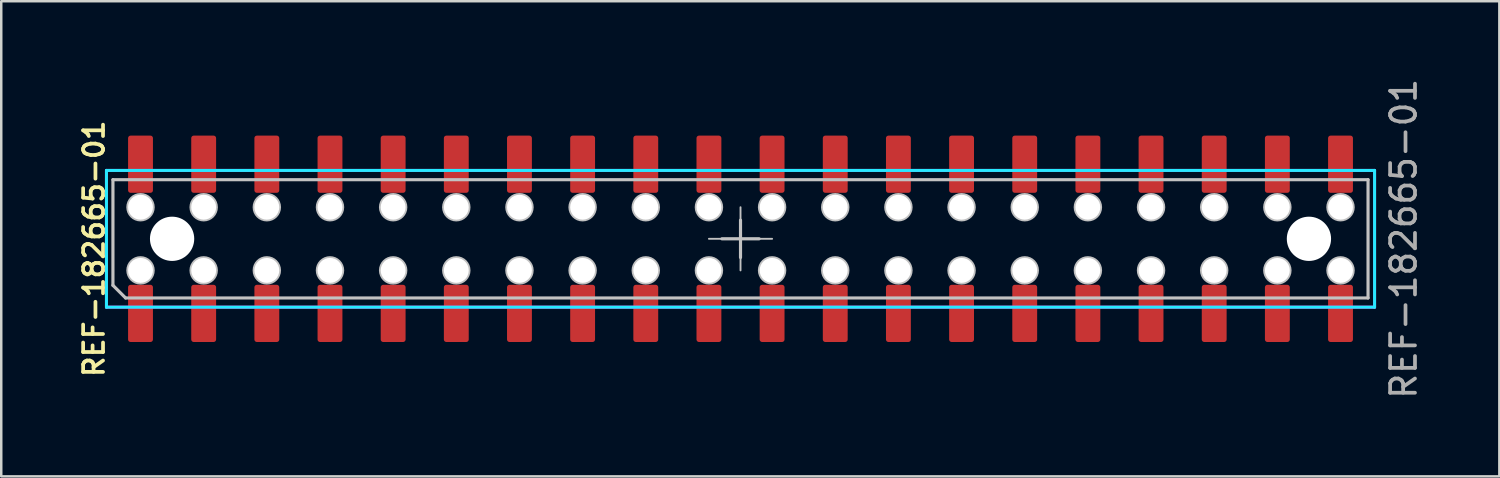
<source format=kicad_pcb>
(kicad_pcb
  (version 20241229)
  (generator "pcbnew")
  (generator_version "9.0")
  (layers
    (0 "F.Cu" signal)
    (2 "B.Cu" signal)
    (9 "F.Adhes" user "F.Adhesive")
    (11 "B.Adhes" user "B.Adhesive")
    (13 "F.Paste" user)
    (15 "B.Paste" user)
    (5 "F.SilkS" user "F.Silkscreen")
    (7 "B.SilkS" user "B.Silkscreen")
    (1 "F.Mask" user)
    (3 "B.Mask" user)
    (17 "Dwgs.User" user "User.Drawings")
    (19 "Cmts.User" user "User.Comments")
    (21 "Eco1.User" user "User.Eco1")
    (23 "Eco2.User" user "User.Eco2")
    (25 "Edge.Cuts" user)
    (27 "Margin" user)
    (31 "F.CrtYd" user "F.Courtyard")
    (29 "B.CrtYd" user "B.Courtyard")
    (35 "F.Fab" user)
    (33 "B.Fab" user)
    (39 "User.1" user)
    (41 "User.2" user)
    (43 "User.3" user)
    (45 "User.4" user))
  (footprint "REF-182665-01"
    (layer "F.Cu")
    (at 26.731 6.554)
    (property "Reference" "REF-182665-01" (at -26 0.4 270) (layer "F.SilkS") (effects (font (size 0.8 0.8) (thickness 0.15))))
    (fp_line (start -25.239 -2.377) (end 25.237 -2.377) (stroke (width 0.127) (type solid)) (layer "Dwgs.User"))
    (fp_line (start -25.239 1.871) (end -25.239 -2.377) (stroke (width 0.127) (type solid)) (layer "Dwgs.User"))
    (fp_line (start -24.731 2.379) (end -25.239 1.871) (stroke (width 0.127) (type solid)) (layer "Dwgs.User"))
    (fp_line (start -1.27 0) (end 1.27 0) (stroke (width 0.076) (type solid)) (layer "Dwgs.User"))
    (fp_line (start -0.75 0) (end 0.75 0) (stroke (width 0.127) (type solid)) (layer "Dwgs.User"))
    (fp_line (start 0 -1.27) (end 0 1.27) (stroke (width 0.076) (type solid)) (layer "Dwgs.User"))
    (fp_line (start 0 -0.75) (end 0 0.75) (stroke (width 0.127) (type solid)) (layer "Dwgs.User"))
    (fp_line (start 25.237 -2.377) (end 25.237 2.379) (stroke (width 0.127) (type solid)) (layer "Dwgs.User"))
    (fp_line (start 25.237 2.379) (end -24.731 2.379) (stroke (width 0.127) (type solid)) (layer "Dwgs.User"))
    (fp_circle (center -24.13 -1.27) (end -23.622 -1.27) (stroke (width 0.127) (type solid)) (fill no) (layer "Dwgs.User"))
    (fp_circle (center -24.13 1.27) (end -23.622 1.27) (stroke (width 0.127) (type solid)) (fill no) (layer "Dwgs.User"))
    (fp_circle (center -21.59 -1.27) (end -21.082 -1.27) (stroke (width 0.127) (type solid)) (fill no) (layer "Dwgs.User"))
    (fp_circle (center -21.59 1.27) (end -21.082 1.27) (stroke (width 0.127) (type solid)) (fill no) (layer "Dwgs.User"))
    (fp_circle (center -19.05 -1.27) (end -18.542 -1.27) (stroke (width 0.127) (type solid)) (fill no) (layer "Dwgs.User"))
    (fp_circle (center -19.05 1.27) (end -18.542 1.27) (stroke (width 0.127) (type solid)) (fill no) (layer "Dwgs.User"))
    (fp_circle (center -16.51 -1.27) (end -16.002 -1.27) (stroke (width 0.127) (type solid)) (fill no) (layer "Dwgs.User"))
    (fp_circle (center -16.51 1.27) (end -16.002 1.27) (stroke (width 0.127) (type solid)) (fill no) (layer "Dwgs.User"))
    (fp_circle (center -13.97 -1.27) (end -13.462 -1.27) (stroke (width 0.127) (type solid)) (fill no) (layer "Dwgs.User"))
    (fp_circle (center -13.97 1.27) (end -13.462 1.27) (stroke (width 0.127) (type solid)) (fill no) (layer "Dwgs.User"))
    (fp_circle (center -11.43 -1.27) (end -10.922 -1.27) (stroke (width 0.127) (type solid)) (fill no) (layer "Dwgs.User"))
    (fp_circle (center -11.43 1.27) (end -10.922 1.27) (stroke (width 0.127) (type solid)) (fill no) (layer "Dwgs.User"))
    (fp_circle (center -8.89 -1.27) (end -8.382 -1.27) (stroke (width 0.127) (type solid)) (fill no) (layer "Dwgs.User"))
    (fp_circle (center -8.89 1.27) (end -8.382 1.27) (stroke (width 0.127) (type solid)) (fill no) (layer "Dwgs.User"))
    (fp_circle (center -6.35 -1.27) (end -5.842 -1.27) (stroke (width 0.127) (type solid)) (fill no) (layer "Dwgs.User"))
    (fp_circle (center -6.35 1.27) (end -5.842 1.27) (stroke (width 0.127) (type solid)) (fill no) (layer "Dwgs.User"))
    (fp_circle (center -3.81 -1.27) (end -3.302 -1.27) (stroke (width 0.127) (type solid)) (fill no) (layer "Dwgs.User"))
    (fp_circle (center -3.81 1.27) (end -3.302 1.27) (stroke (width 0.127) (type solid)) (fill no) (layer "Dwgs.User"))
    (fp_circle (center -1.27 -1.27) (end -0.762 -1.27) (stroke (width 0.127) (type solid)) (fill no) (layer "Dwgs.User"))
    (fp_circle (center -1.27 1.27) (end -0.762 1.27) (stroke (width 0.127) (type solid)) (fill no) (layer "Dwgs.User"))
    (fp_circle (center 1.27 -1.27) (end 1.778 -1.27) (stroke (width 0.127) (type solid)) (fill no) (layer "Dwgs.User"))
    (fp_circle (center 1.27 1.27) (end 1.778 1.27) (stroke (width 0.127) (type solid)) (fill no) (layer "Dwgs.User"))
    (fp_circle (center 3.81 -1.27) (end 4.318 -1.27) (stroke (width 0.127) (type solid)) (fill no) (layer "Dwgs.User"))
    (fp_circle (center 3.81 1.27) (end 4.318 1.27) (stroke (width 0.127) (type solid)) (fill no) (layer "Dwgs.User"))
    (fp_circle (center 6.35 -1.27) (end 6.858 -1.27) (stroke (width 0.127) (type solid)) (fill no) (layer "Dwgs.User"))
    (fp_circle (center 6.35 1.27) (end 6.858 1.27) (stroke (width 0.127) (type solid)) (fill no) (layer "Dwgs.User"))
    (fp_circle (center 8.89 -1.27) (end 9.398 -1.27) (stroke (width 0.127) (type solid)) (fill no) (layer "Dwgs.User"))
    (fp_circle (center 8.89 1.27) (end 9.398 1.27) (stroke (width 0.127) (type solid)) (fill no) (layer "Dwgs.User"))
    (fp_circle (center 11.43 -1.27) (end 11.938 -1.27) (stroke (width 0.127) (type solid)) (fill no) (layer "Dwgs.User"))
    (fp_circle (center 11.43 1.27) (end 11.938 1.27) (stroke (width 0.127) (type solid)) (fill no) (layer "Dwgs.User"))
    (fp_circle (center 13.97 -1.27) (end 14.478 -1.27) (stroke (width 0.127) (type solid)) (fill no) (layer "Dwgs.User"))
    (fp_circle (center 13.97 1.27) (end 14.478 1.27) (stroke (width 0.127) (type solid)) (fill no) (layer "Dwgs.User"))
    (fp_circle (center 16.51 -1.27) (end 17.018 -1.27) (stroke (width 0.127) (type solid)) (fill no) (layer "Dwgs.User"))
    (fp_circle (center 16.51 1.27) (end 17.018 1.27) (stroke (width 0.127) (type solid)) (fill no) (layer "Dwgs.User"))
    (fp_circle (center 19.05 -1.27) (end 19.558 -1.27) (stroke (width 0.127) (type solid)) (fill no) (layer "Dwgs.User"))
    (fp_circle (center 19.05 1.27) (end 19.558 1.27) (stroke (width 0.127) (type solid)) (fill no) (layer "Dwgs.User"))
    (fp_circle (center 21.59 -1.27) (end 22.098 -1.27) (stroke (width 0.127) (type solid)) (fill no) (layer "Dwgs.User"))
    (fp_circle (center 21.59 1.27) (end 22.098 1.27) (stroke (width 0.127) (type solid)) (fill no) (layer "Dwgs.User"))
    (fp_circle (center 24.13 -1.27) (end 24.638 -1.27) (stroke (width 0.127) (type solid)) (fill no) (layer "Dwgs.User"))
    (fp_circle (center 24.13 1.27) (end 24.638 1.27) (stroke (width 0.127) (type solid)) (fill no) (layer "Dwgs.User"))
    (fp_line (start -25.5 -2.75) (end -25.5 2.75) (stroke (width 0.12) (type default)) (layer "B.CrtYd"))
    (fp_line (start -25.5 2.75) (end 25.5 2.75) (stroke (width 0.12) (type default)) (layer "B.CrtYd"))
    (fp_line (start 25.5 -2.75) (end -25.5 -2.75) (stroke (width 0.12) (type default)) (layer "B.CrtYd"))
    (fp_line (start 25.5 2.75) (end 25.5 -2.75) (stroke (width 0.12) (type default)) (layer "B.CrtYd"))
    (fp_line (start -25.5 -2.75) (end -25.5 2.75) (stroke (width 0.12) (type default)) (layer "F.CrtYd"))
    (fp_line (start -25.5 2.75) (end 25.5 2.75) (stroke (width 0.12) (type default)) (layer "F.CrtYd"))
    (fp_line (start 25.5 -2.75) (end -25.5 -2.75) (stroke (width 0.12) (type default)) (layer "F.CrtYd"))
    (fp_line (start 25.5 2.75) (end 25.5 -2.75) (stroke (width 0.12) (type default)) (layer "F.CrtYd"))
    (fp_text user "${REFERENCE}" (at 26.67 0 90) (unlocked yes) (layer "F.Fab") (effects (font (size 1 1) (thickness 0.15))))
    (pad "" np_thru_hole circle (at -24.13 -1.27) (size 1 1) (drill 1) (layers "*.Cu" "*.Mask"))
    (pad "" np_thru_hole circle (at -24.13 1.27) (size 1 1) (drill 1) (layers "*.Cu" "*.Mask"))
    (pad "" np_thru_hole circle (at -22.86 0) (size 1.78 1.78) (drill 1.78) (layers "*.Cu" "*.Mask"))
    (pad "" np_thru_hole circle (at -21.59 -1.27) (size 1 1) (drill 1) (layers "*.Cu" "*.Mask"))
    (pad "" np_thru_hole circle (at -21.59 1.27) (size 1 1) (drill 1) (layers "*.Cu" "*.Mask"))
    (pad "" np_thru_hole circle (at -19.05 -1.27) (size 1 1) (drill 1) (layers "*.Cu" "*.Mask"))
    (pad "" np_thru_hole circle (at -19.05 1.27) (size 1 1) (drill 1) (layers "*.Cu" "*.Mask"))
    (pad "" np_thru_hole circle (at -16.51 -1.27) (size 1 1) (drill 1) (layers "*.Cu" "*.Mask"))
    (pad "" np_thru_hole circle (at -16.51 1.27) (size 1 1) (drill 1) (layers "*.Cu" "*.Mask"))
    (pad "" np_thru_hole circle (at -13.97 -1.27) (size 1 1) (drill 1) (layers "*.Cu" "*.Mask"))
    (pad "" np_thru_hole circle (at -13.97 1.27) (size 1 1) (drill 1) (layers "*.Cu" "*.Mask"))
    (pad "" np_thru_hole circle (at -11.43 -1.27) (size 1 1) (drill 1) (layers "*.Cu" "*.Mask"))
    (pad "" np_thru_hole circle (at -11.43 1.27) (size 1 1) (drill 1) (layers "*.Cu" "*.Mask"))
    (pad "" np_thru_hole circle (at -8.89 -1.27) (size 1 1) (drill 1) (layers "*.Cu" "*.Mask"))
    (pad "" np_thru_hole circle (at -8.89 1.27) (size 1 1) (drill 1) (layers "*.Cu" "*.Mask"))
    (pad "" np_thru_hole circle (at -6.35 -1.27) (size 1 1) (drill 1) (layers "*.Cu" "*.Mask"))
    (pad "" np_thru_hole circle (at -6.35 1.27) (size 1 1) (drill 1) (layers "*.Cu" "*.Mask"))
    (pad "" np_thru_hole circle (at -3.81 -1.27) (size 1 1) (drill 1) (layers "*.Cu" "*.Mask"))
    (pad "" np_thru_hole circle (at -3.81 1.27) (size 1 1) (drill 1) (layers "*.Cu" "*.Mask"))
    (pad "" np_thru_hole circle (at -1.27 -1.27) (size 1 1) (drill 1) (layers "*.Cu" "*.Mask"))
    (pad "" np_thru_hole circle (at -1.27 1.27) (size 1 1) (drill 1) (layers "*.Cu" "*.Mask"))
    (pad "" np_thru_hole circle (at 1.27 -1.27) (size 1 1) (drill 1) (layers "*.Cu" "*.Mask"))
    (pad "" np_thru_hole circle (at 1.27 1.27) (size 1 1) (drill 1) (layers "*.Cu" "*.Mask"))
    (pad "" np_thru_hole circle (at 3.81 -1.27) (size 1 1) (drill 1) (layers "*.Cu" "*.Mask"))
    (pad "" np_thru_hole circle (at 3.81 1.27) (size 1 1) (drill 1) (layers "*.Cu" "*.Mask"))
    (pad "" np_thru_hole circle (at 6.35 -1.27) (size 1 1) (drill 1) (layers "*.Cu" "*.Mask"))
    (pad "" np_thru_hole circle (at 6.35 1.27) (size 1 1) (drill 1) (layers "*.Cu" "*.Mask"))
    (pad "" np_thru_hole circle (at 8.89 -1.27) (size 1 1) (drill 1) (layers "*.Cu" "*.Mask"))
    (pad "" np_thru_hole circle (at 8.89 1.27) (size 1 1) (drill 1) (layers "*.Cu" "*.Mask"))
    (pad "" np_thru_hole circle (at 11.43 -1.27) (size 1 1) (drill 1) (layers "*.Cu" "*.Mask"))
    (pad "" np_thru_hole circle (at 11.43 1.27) (size 1 1) (drill 1) (layers "*.Cu" "*.Mask"))
    (pad "" np_thru_hole circle (at 13.97 -1.27) (size 1 1) (drill 1) (layers "*.Cu" "*.Mask"))
    (pad "" np_thru_hole circle (at 13.97 1.27) (size 1 1) (drill 1) (layers "*.Cu" "*.Mask"))
    (pad "" np_thru_hole circle (at 16.51 -1.27) (size 1 1) (drill 1) (layers "*.Cu" "*.Mask"))
    (pad "" np_thru_hole circle (at 16.51 1.27) (size 1 1) (drill 1) (layers "*.Cu" "*.Mask"))
    (pad "" np_thru_hole circle (at 19.05 -1.27) (size 1 1) (drill 1) (layers "*.Cu" "*.Mask"))
    (pad "" np_thru_hole circle (at 19.05 1.27) (size 1 1) (drill 1) (layers "*.Cu" "*.Mask"))
    (pad "" np_thru_hole circle (at 21.59 -1.27) (size 1 1) (drill 1) (layers "*.Cu" "*.Mask"))
    (pad "" np_thru_hole circle (at 21.59 1.27) (size 1 1) (drill 1) (layers "*.Cu" "*.Mask"))
    (pad "" np_thru_hole circle (at 22.86 0) (size 1.78 1.78) (drill 1.78) (layers "*.Cu" "*.Mask"))
    (pad "" np_thru_hole circle (at 24.13 -1.27) (size 1 1) (drill 1) (layers "*.Cu" "*.Mask"))
    (pad "" np_thru_hole circle (at 24.13 1.27) (size 1 1) (drill 1) (layers "*.Cu" "*.Mask"))
    (pad "1" smd roundrect (at -24.13 3 90) (size 2.3 1) (layers "F.Cu" "F.Mask" "F.Paste") (roundrect_rratio 0.1))
    (pad "2" smd roundrect (at -24.13 -3 90) (size 2.3 1) (layers "F.Cu" "F.Mask" "F.Paste") (roundrect_rratio 0.1))
    (pad "3" smd roundrect (at -21.59 3 90) (size 2.3 1) (layers "F.Cu" "F.Mask" "F.Paste") (roundrect_rratio 0.1))
    (pad "4" smd roundrect (at -21.59 -3 90) (size 2.3 1) (layers "F.Cu" "F.Mask" "F.Paste") (roundrect_rratio 0.1))
    (pad "5" smd roundrect (at -19.05 3 90) (size 2.3 1) (layers "F.Cu" "F.Mask" "F.Paste") (roundrect_rratio 0.1))
    (pad "6" smd roundrect (at -19.05 -3 90) (size 2.3 1) (layers "F.Cu" "F.Mask" "F.Paste") (roundrect_rratio 0.1))
    (pad "7" smd roundrect (at -16.51 3 90) (size 2.3 1) (layers "F.Cu" "F.Mask" "F.Paste") (roundrect_rratio 0.1))
    (pad "8" smd roundrect (at -16.51 -3 90) (size 2.3 1) (layers "F.Cu" "F.Mask" "F.Paste") (roundrect_rratio 0.1))
    (pad "9" smd roundrect (at -13.97 3 90) (size 2.3 1) (layers "F.Cu" "F.Mask" "F.Paste") (roundrect_rratio 0.1))
    (pad "10" smd roundrect (at -13.97 -3 90) (size 2.3 1) (layers "F.Cu" "F.Mask" "F.Paste") (roundrect_rratio 0.1))
    (pad "11" smd roundrect (at -11.43 3 90) (size 2.3 1) (layers "F.Cu" "F.Mask" "F.Paste") (roundrect_rratio 0.1))
    (pad "12" smd roundrect (at -11.43 -3 90) (size 2.3 1) (layers "F.Cu" "F.Mask" "F.Paste") (roundrect_rratio 0.1))
    (pad "13" smd roundrect (at -8.89 3 90) (size 2.3 1) (layers "F.Cu" "F.Mask" "F.Paste") (roundrect_rratio 0.1))
    (pad "14" smd roundrect (at -8.89 -3 90) (size 2.3 1) (layers "F.Cu" "F.Mask" "F.Paste") (roundrect_rratio 0.1))
    (pad "15" smd roundrect (at -6.35 3 90) (size 2.3 1) (layers "F.Cu" "F.Mask" "F.Paste") (roundrect_rratio 0.1))
    (pad "16" smd roundrect (at -6.35 -3 90) (size 2.3 1) (layers "F.Cu" "F.Mask" "F.Paste") (roundrect_rratio 0.1))
    (pad "17" smd roundrect (at -3.81 3 90) (size 2.3 1) (layers "F.Cu" "F.Mask" "F.Paste") (roundrect_rratio 0.1))
    (pad "18" smd roundrect (at -3.81 -3 90) (size 2.3 1) (layers "F.Cu" "F.Mask" "F.Paste") (roundrect_rratio 0.1))
    (pad "19" smd roundrect (at -1.27 3 90) (size 2.3 1) (layers "F.Cu" "F.Mask" "F.Paste") (roundrect_rratio 0.1))
    (pad "20" smd roundrect (at -1.27 -3 90) (size 2.3 1) (layers "F.Cu" "F.Mask" "F.Paste") (roundrect_rratio 0.1))
    (pad "21" smd roundrect (at 1.27 3 90) (size 2.3 1) (layers "F.Cu" "F.Mask" "F.Paste") (roundrect_rratio 0.1))
    (pad "22" smd roundrect (at 1.27 -3 90) (size 2.3 1) (layers "F.Cu" "F.Mask" "F.Paste") (roundrect_rratio 0.1))
    (pad "23" smd roundrect (at 3.81 3 90) (size 2.3 1) (layers "F.Cu" "F.Mask" "F.Paste") (roundrect_rratio 0.1))
    (pad "24" smd roundrect (at 3.81 -3 90) (size 2.3 1) (layers "F.Cu" "F.Mask" "F.Paste") (roundrect_rratio 0.1))
    (pad "25" smd roundrect (at 6.35 3 90) (size 2.3 1) (layers "F.Cu" "F.Mask" "F.Paste") (roundrect_rratio 0.1))
    (pad "26" smd roundrect (at 6.35 -3 90) (size 2.3 1) (layers "F.Cu" "F.Mask" "F.Paste") (roundrect_rratio 0.1))
    (pad "27" smd roundrect (at 8.89 3 90) (size 2.3 1) (layers "F.Cu" "F.Mask" "F.Paste") (roundrect_rratio 0.1))
    (pad "28" smd roundrect (at 8.89 -3 90) (size 2.3 1) (layers "F.Cu" "F.Mask" "F.Paste") (roundrect_rratio 0.1))
    (pad "29" smd roundrect (at 11.43 3 90) (size 2.3 1) (layers "F.Cu" "F.Mask" "F.Paste") (roundrect_rratio 0.1))
    (pad "30" smd roundrect (at 11.43 -3 90) (size 2.3 1) (layers "F.Cu" "F.Mask" "F.Paste") (roundrect_rratio 0.1))
    (pad "31" smd roundrect (at 13.97 3 90) (size 2.3 1) (layers "F.Cu" "F.Mask" "F.Paste") (roundrect_rratio 0.1))
    (pad "32" smd roundrect (at 13.97 -3 90) (size 2.3 1) (layers "F.Cu" "F.Mask" "F.Paste") (roundrect_rratio 0.1))
    (pad "33" smd roundrect (at 16.51 3 90) (size 2.3 1) (layers "F.Cu" "F.Mask" "F.Paste") (roundrect_rratio 0.1))
    (pad "34" smd roundrect (at 16.51 -3 90) (size 2.3 1) (layers "F.Cu" "F.Mask" "F.Paste") (roundrect_rratio 0.1))
    (pad "35" smd roundrect (at 19.05 3 90) (size 2.3 1) (layers "F.Cu" "F.Mask" "F.Paste") (roundrect_rratio 0.1))
    (pad "36" smd roundrect (at 19.05 -3 90) (size 2.3 1) (layers "F.Cu" "F.Mask" "F.Paste") (roundrect_rratio 0.1))
    (pad "37" smd roundrect (at 21.59 3 90) (size 2.3 1) (layers "F.Cu" "F.Mask" "F.Paste") (roundrect_rratio 0.1))
    (pad "38" smd roundrect (at 21.59 -3 90) (size 2.3 1) (layers "F.Cu" "F.Mask" "F.Paste") (roundrect_rratio 0.1))
    (pad "39" smd roundrect (at 24.13 3 90) (size 2.3 1) (layers "F.Cu" "F.Mask" "F.Paste") (roundrect_rratio 0.1))
    (pad "40" smd roundrect (at 24.13 -3 90) (size 2.3 1) (layers "F.Cu" "F.Mask" "F.Paste") (roundrect_rratio 0.1)))
  (gr_rect
    (start -3 -3)
    (end 57.249 16.107)
    (stroke (width 0.1) (type default))
    (fill no)
    (layer "Edge.Cuts")))
</source>
